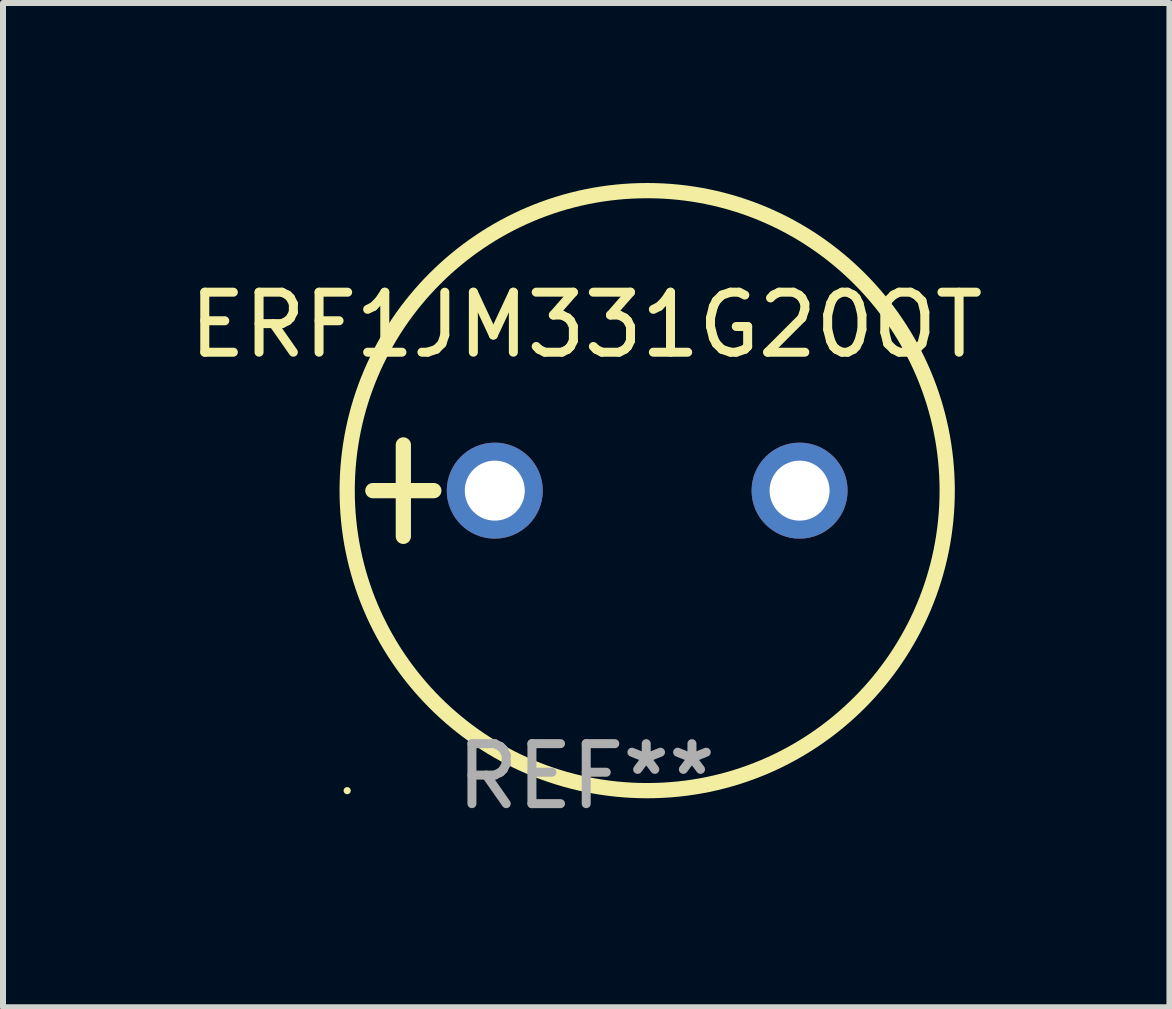
<source format=kicad_pcb>
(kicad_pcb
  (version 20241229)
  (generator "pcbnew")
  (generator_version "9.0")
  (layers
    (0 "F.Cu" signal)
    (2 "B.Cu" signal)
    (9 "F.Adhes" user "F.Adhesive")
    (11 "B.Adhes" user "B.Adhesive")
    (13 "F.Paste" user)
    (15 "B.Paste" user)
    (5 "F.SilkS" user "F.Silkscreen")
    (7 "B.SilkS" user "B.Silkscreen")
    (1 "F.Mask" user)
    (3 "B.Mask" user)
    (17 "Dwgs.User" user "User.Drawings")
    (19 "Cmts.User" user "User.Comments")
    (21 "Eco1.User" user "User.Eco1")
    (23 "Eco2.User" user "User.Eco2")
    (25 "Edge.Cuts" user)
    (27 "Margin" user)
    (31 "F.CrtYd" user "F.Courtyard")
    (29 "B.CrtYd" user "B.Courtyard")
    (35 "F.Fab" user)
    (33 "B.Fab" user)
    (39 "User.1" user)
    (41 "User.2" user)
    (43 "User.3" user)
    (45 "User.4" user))
  (footprint "ERF1JM331G20OT"
    (layer "F.Cu")
    (at 6.72 5.127)
    (property "Reference" "ERF1JM331G20OT" (at 0 -2.762 0) (layer "F.SilkS") (effects (font (size 1 1) (thickness 0.15))))
    (attr through_hole)
    (fp_line (start -3.556 0) (end -2.54 0) (stroke (width 0.254) (type solid)) (layer "F.SilkS"))
    (fp_line (start -3.048 -0.762) (end -3.048 0.762) (stroke (width 0.254) (type solid)) (layer "F.SilkS"))
    (fp_circle (center -3.984 5) (end -3.954 5) (stroke (width 0.06) (type solid)) (fill no) (layer "F.SilkS"))
    (fp_circle (center 1.016 0) (end 6.016 0) (stroke (width 0.254) (type solid)) (fill no) (layer "F.SilkS"))
    (fp_text user "REF**" (at 0 4.762 0) (layer "F.Fab") (effects (font (size 1 1) (thickness 0.15))))
    (pad "1" thru_hole circle (at -1.524 0) (size 1.6 1.6) (drill 1) (layers "*.Cu" "*.Mask"))
    (pad "2" thru_hole circle (at 3.556 0) (size 1.6 1.6) (drill 1) (layers "*.Cu" "*.Mask")))
  (gr_rect
    (start -3 -3)
    (end 16.44 13.737)
    (stroke (width 0.1) (type default))
    (fill no)
    (layer "Edge.Cuts")))
</source>
